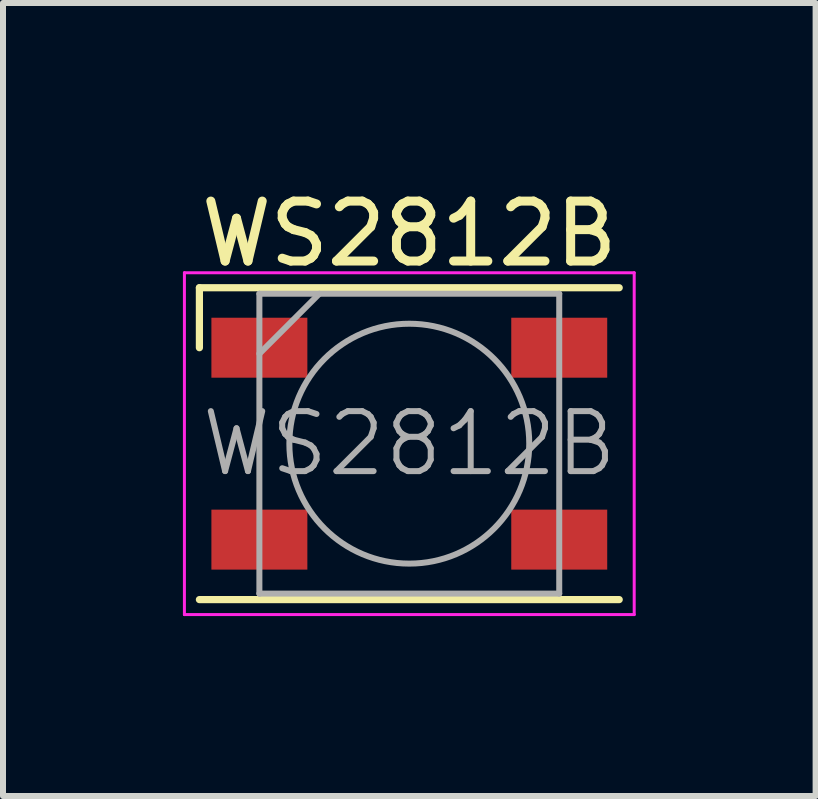
<source format=kicad_pcb>
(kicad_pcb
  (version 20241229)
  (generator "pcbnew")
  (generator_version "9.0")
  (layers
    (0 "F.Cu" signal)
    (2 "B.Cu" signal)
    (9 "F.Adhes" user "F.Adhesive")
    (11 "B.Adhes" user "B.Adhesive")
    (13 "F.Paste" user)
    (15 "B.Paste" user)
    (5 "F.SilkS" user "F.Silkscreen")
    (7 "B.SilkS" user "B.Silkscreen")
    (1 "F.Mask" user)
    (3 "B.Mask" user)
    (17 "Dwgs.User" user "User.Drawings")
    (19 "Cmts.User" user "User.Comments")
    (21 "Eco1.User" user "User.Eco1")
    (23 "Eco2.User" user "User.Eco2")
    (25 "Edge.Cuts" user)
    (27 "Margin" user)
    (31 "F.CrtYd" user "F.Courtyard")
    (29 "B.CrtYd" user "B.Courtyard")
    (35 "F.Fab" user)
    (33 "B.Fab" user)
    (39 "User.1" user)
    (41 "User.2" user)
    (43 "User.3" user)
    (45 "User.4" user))
  (footprint "WS2812B"
    (layer "F.Cu")
    (at 3.775 4.348)
    (property "Reference" "WS2812B" (at 0 -3.5 0) (layer "F.SilkS") (effects (font (size 1 1) (thickness 0.15))))
    (attr smd)
    (fp_line (start -3.5 -2.6) (end 3.5 -2.6) (stroke (width 0.12) (type solid)) (layer "F.SilkS"))
    (fp_line (start -3.5 -1.6) (end -3.5 -2.6) (stroke (width 0.12) (type solid)) (layer "F.SilkS"))
    (fp_line (start -3.5 2.6) (end 3.5 2.6) (stroke (width 0.12) (type solid)) (layer "F.SilkS"))
    (fp_line (start -3.75 -2.85) (end -3.75 2.85) (stroke (width 0.05) (type solid)) (layer "F.CrtYd"))
    (fp_line (start -3.75 2.85) (end 3.75 2.85) (stroke (width 0.05) (type solid)) (layer "F.CrtYd"))
    (fp_line (start 3.75 -2.85) (end -3.75 -2.85) (stroke (width 0.05) (type solid)) (layer "F.CrtYd"))
    (fp_line (start 3.75 2.85) (end 3.75 -2.85) (stroke (width 0.05) (type solid)) (layer "F.CrtYd"))
    (fp_line (start -2.5 -2.5) (end -2.5 2.5) (stroke (width 0.1) (type solid)) (layer "F.Fab"))
    (fp_line (start -2.5 2.5) (end 2.5 2.5) (stroke (width 0.1) (type solid)) (layer "F.Fab"))
    (fp_line (start -1.5 -2.5) (end -2.5 -1.5) (stroke (width 0.1) (type solid)) (layer "F.Fab"))
    (fp_line (start 2.5 -2.5) (end -2.5 -2.5) (stroke (width 0.1) (type solid)) (layer "F.Fab"))
    (fp_line (start 2.5 2.5) (end 2.5 -2.5) (stroke (width 0.1) (type solid)) (layer "F.Fab"))
    (fp_circle (center 0 0) (end 0 -2) (stroke (width 0.1) (type solid)) (fill no) (layer "F.Fab"))
    (fp_text user "${REFERENCE}" (at 0 0 0) (layer "F.Fab") (effects (font (size 1 1) (thickness 0.1))))
    (pad "1" smd rect (at -2.5 -1.6) (size 1.6 1) (layers "F.Cu" "F.Mask" "F.Paste"))
    (pad "2" smd rect (at -2.5 1.6) (size 1.6 1) (layers "F.Cu" "F.Mask" "F.Paste"))
    (pad "3" smd rect (at 2.5 1.6) (size 1.6 1) (layers "F.Cu" "F.Mask" "F.Paste"))
    (pad "4" smd rect (at 2.5 -1.6) (size 1.6 1) (layers "F.Cu" "F.Mask" "F.Paste")))
  (gr_rect
    (start -3 -3)
    (end 10.55 10.223)
    (stroke (width 0.1) (type default))
    (fill no)
    (layer "Edge.Cuts")))
</source>
